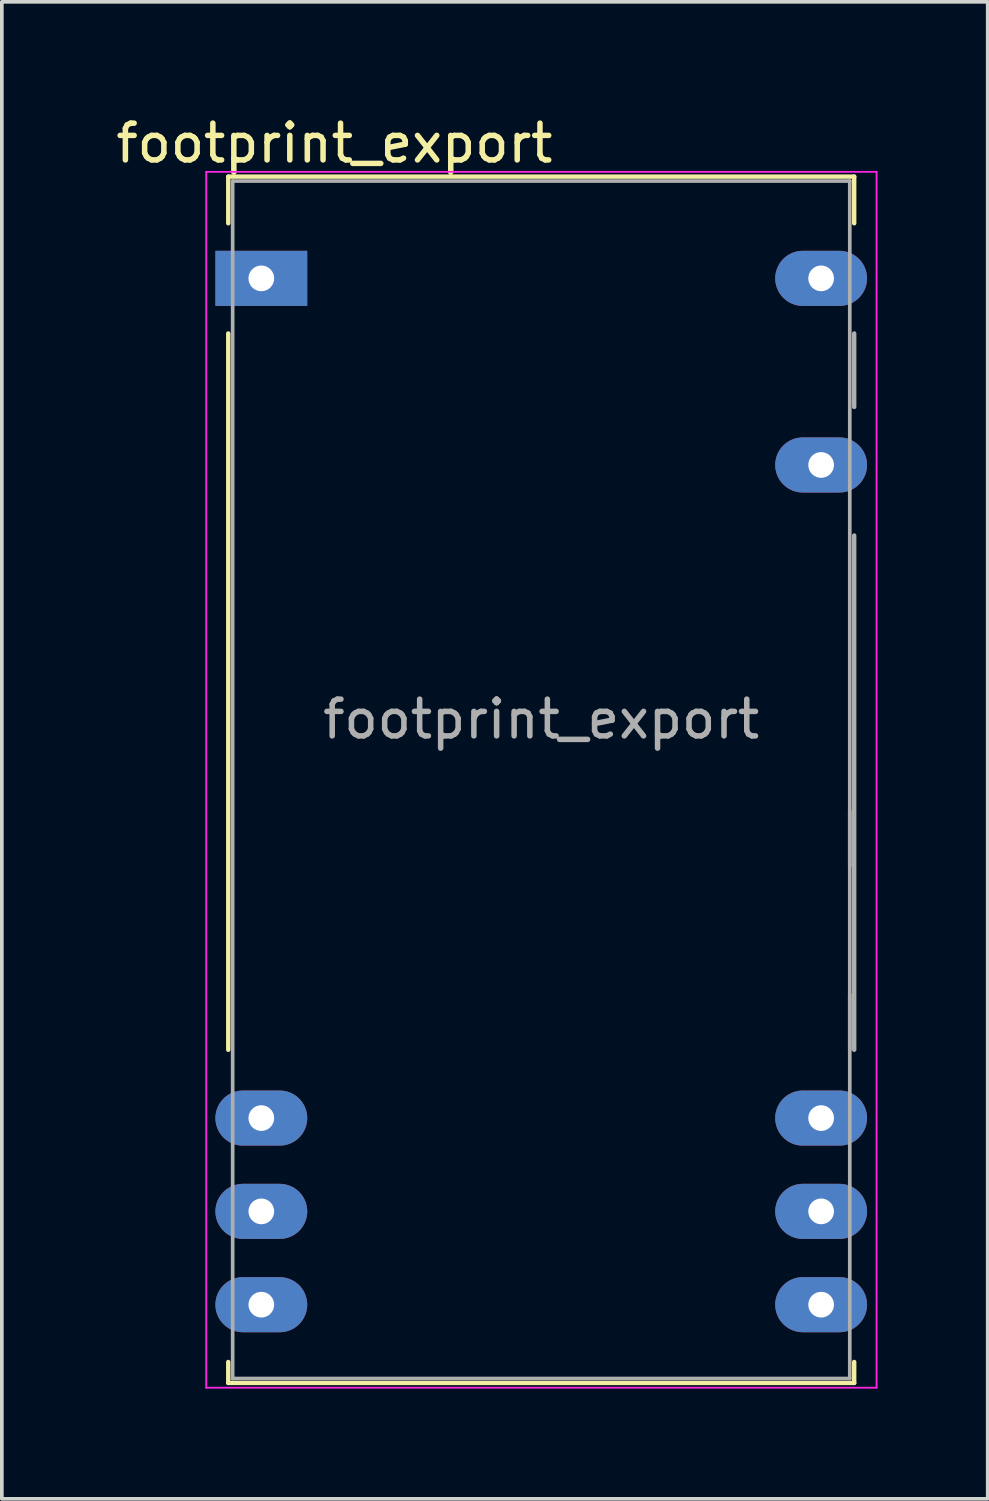
<source format=kicad_pcb>
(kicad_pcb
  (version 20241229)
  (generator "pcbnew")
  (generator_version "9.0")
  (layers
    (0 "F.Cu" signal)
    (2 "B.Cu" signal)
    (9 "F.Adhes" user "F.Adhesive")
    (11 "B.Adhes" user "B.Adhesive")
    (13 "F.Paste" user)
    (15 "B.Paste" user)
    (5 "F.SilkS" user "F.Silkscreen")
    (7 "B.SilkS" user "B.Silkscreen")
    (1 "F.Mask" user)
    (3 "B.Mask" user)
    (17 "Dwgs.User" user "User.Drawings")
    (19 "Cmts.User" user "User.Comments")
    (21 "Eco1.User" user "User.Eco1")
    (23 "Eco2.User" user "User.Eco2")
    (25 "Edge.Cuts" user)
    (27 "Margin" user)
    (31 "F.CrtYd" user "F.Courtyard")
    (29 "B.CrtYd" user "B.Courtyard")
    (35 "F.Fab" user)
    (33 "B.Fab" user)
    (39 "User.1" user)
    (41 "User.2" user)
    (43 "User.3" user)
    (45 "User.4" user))
  (footprint "footprint_export"
    (layer "F.Cu")
    (at 4.064 4.528)
    (property "Reference" "footprint_export" (at 1.99 -3.68 0) (layer "F.SilkS") (effects (font (size 1 1) (thickness 0.15))))
    (attr through_hole)
    (fp_line (start -0.9 -2.77) (end 16.14 -2.77) (stroke (width 0.12) (type solid)) (layer "F.SilkS"))
    (fp_line (start -0.9 -1.5) (end -0.9 -2.77) (stroke (width 0.12) (type solid)) (layer "F.SilkS"))
    (fp_line (start -0.9 1.5) (end -0.9 21) (stroke (width 0.12) (type solid)) (layer "F.SilkS"))
    (fp_line (start -0.9 29.5) (end -0.9 30.07) (stroke (width 0.12) (type solid)) (layer "F.SilkS"))
    (fp_line (start -0.9 30.07) (end 16.14 30.07) (stroke (width 0.12) (type solid)) (layer "F.SilkS"))
    (fp_line (start 16.14 -2.77) (end 16.14 -1.5) (stroke (width 0.12) (type solid)) (layer "F.SilkS"))
    (fp_line (start 16.14 30.07) (end 16.14 29.5) (stroke (width 0.12) (type solid)) (layer "F.SilkS"))
    (fp_line (start -1.5 -2.9) (end -1.5 30.2) (stroke (width 0.05) (type solid)) (layer "F.CrtYd"))
    (fp_line (start -1.5 -2.9) (end 16.75 -2.9) (stroke (width 0.05) (type solid)) (layer "F.CrtYd"))
    (fp_line (start -1.5 30.2) (end 16.75 30.2) (stroke (width 0.05) (type solid)) (layer "F.CrtYd"))
    (fp_line (start 16.75 -2.9) (end 16.75 30.2) (stroke (width 0.05) (type solid)) (layer "F.CrtYd"))
    (fp_line (start -0.78 -2.65) (end 16.02 -2.65) (stroke (width 0.1) (type solid)) (layer "F.Fab"))
    (fp_line (start -0.78 29.95) (end -0.78 -2.65) (stroke (width 0.1) (type solid)) (layer "F.Fab"))
    (fp_line (start 16.02 -2.65) (end 16.02 29.95) (stroke (width 0.1) (type solid)) (layer "F.Fab"))
    (fp_line (start 16.02 14.5) (end 16.02 16) (stroke (width 0.1) (type solid)) (layer "F.Fab"))
    (fp_line (start 16.02 19.5) (end 16.02 21) (stroke (width 0.1) (type solid)) (layer "F.Fab"))
    (fp_line (start 16.02 29.95) (end -0.78 29.95) (stroke (width 0.1) (type solid)) (layer "F.Fab"))
    (fp_line (start 16.14 1.5) (end 16.14 3.5) (stroke (width 0.12) (type solid)) (layer "F.Fab"))
    (fp_line (start 16.14 7) (end 16.14 21) (stroke (width 0.12) (type solid)) (layer "F.Fab"))
    (fp_text user "${REFERENCE}" (at 7.62 12 0) (layer "F.Fab") (effects (font (size 1 1) (thickness 0.15))))
    (pad "1" thru_hole rect (at 0 0) (size 2.5 1.5) (drill 0.7) (layers "*.Cu" "*.Mask"))
    (pad "10" thru_hole oval (at 0 22.86) (size 2.5 1.5) (drill 0.7) (layers "*.Cu" "*.Mask"))
    (pad "11" thru_hole oval (at 0 25.4) (size 2.5 1.5) (drill 0.7) (layers "*.Cu" "*.Mask"))
    (pad "12" thru_hole oval (at 0 27.94) (size 2.5 1.5) (drill 0.7) (layers "*.Cu" "*.Mask"))
    (pad "13" thru_hole oval (at 15.24 27.94) (size 2.5 1.5) (drill 0.7) (layers "*.Cu" "*.Mask"))
    (pad "14" thru_hole oval (at 15.24 25.4) (size 2.5 1.5) (drill 0.7) (layers "*.Cu" "*.Mask"))
    (pad "15" thru_hole oval (at 15.24 22.86) (size 2.5 1.5) (drill 0.7) (layers "*.Cu" "*.Mask"))
    (pad "22" thru_hole oval (at 15.24 5.08) (size 2.5 1.5) (drill 0.7) (layers "*.Cu" "*.Mask"))
    (pad "24" thru_hole oval (at 15.24 0) (size 2.5 1.5) (drill 0.7) (layers "*.Cu" "*.Mask")))
  (gr_rect
    (start -3 -3)
    (end 23.839 37.753)
    (stroke (width 0.1) (type default))
    (fill no)
    (layer "Edge.Cuts")))
</source>
